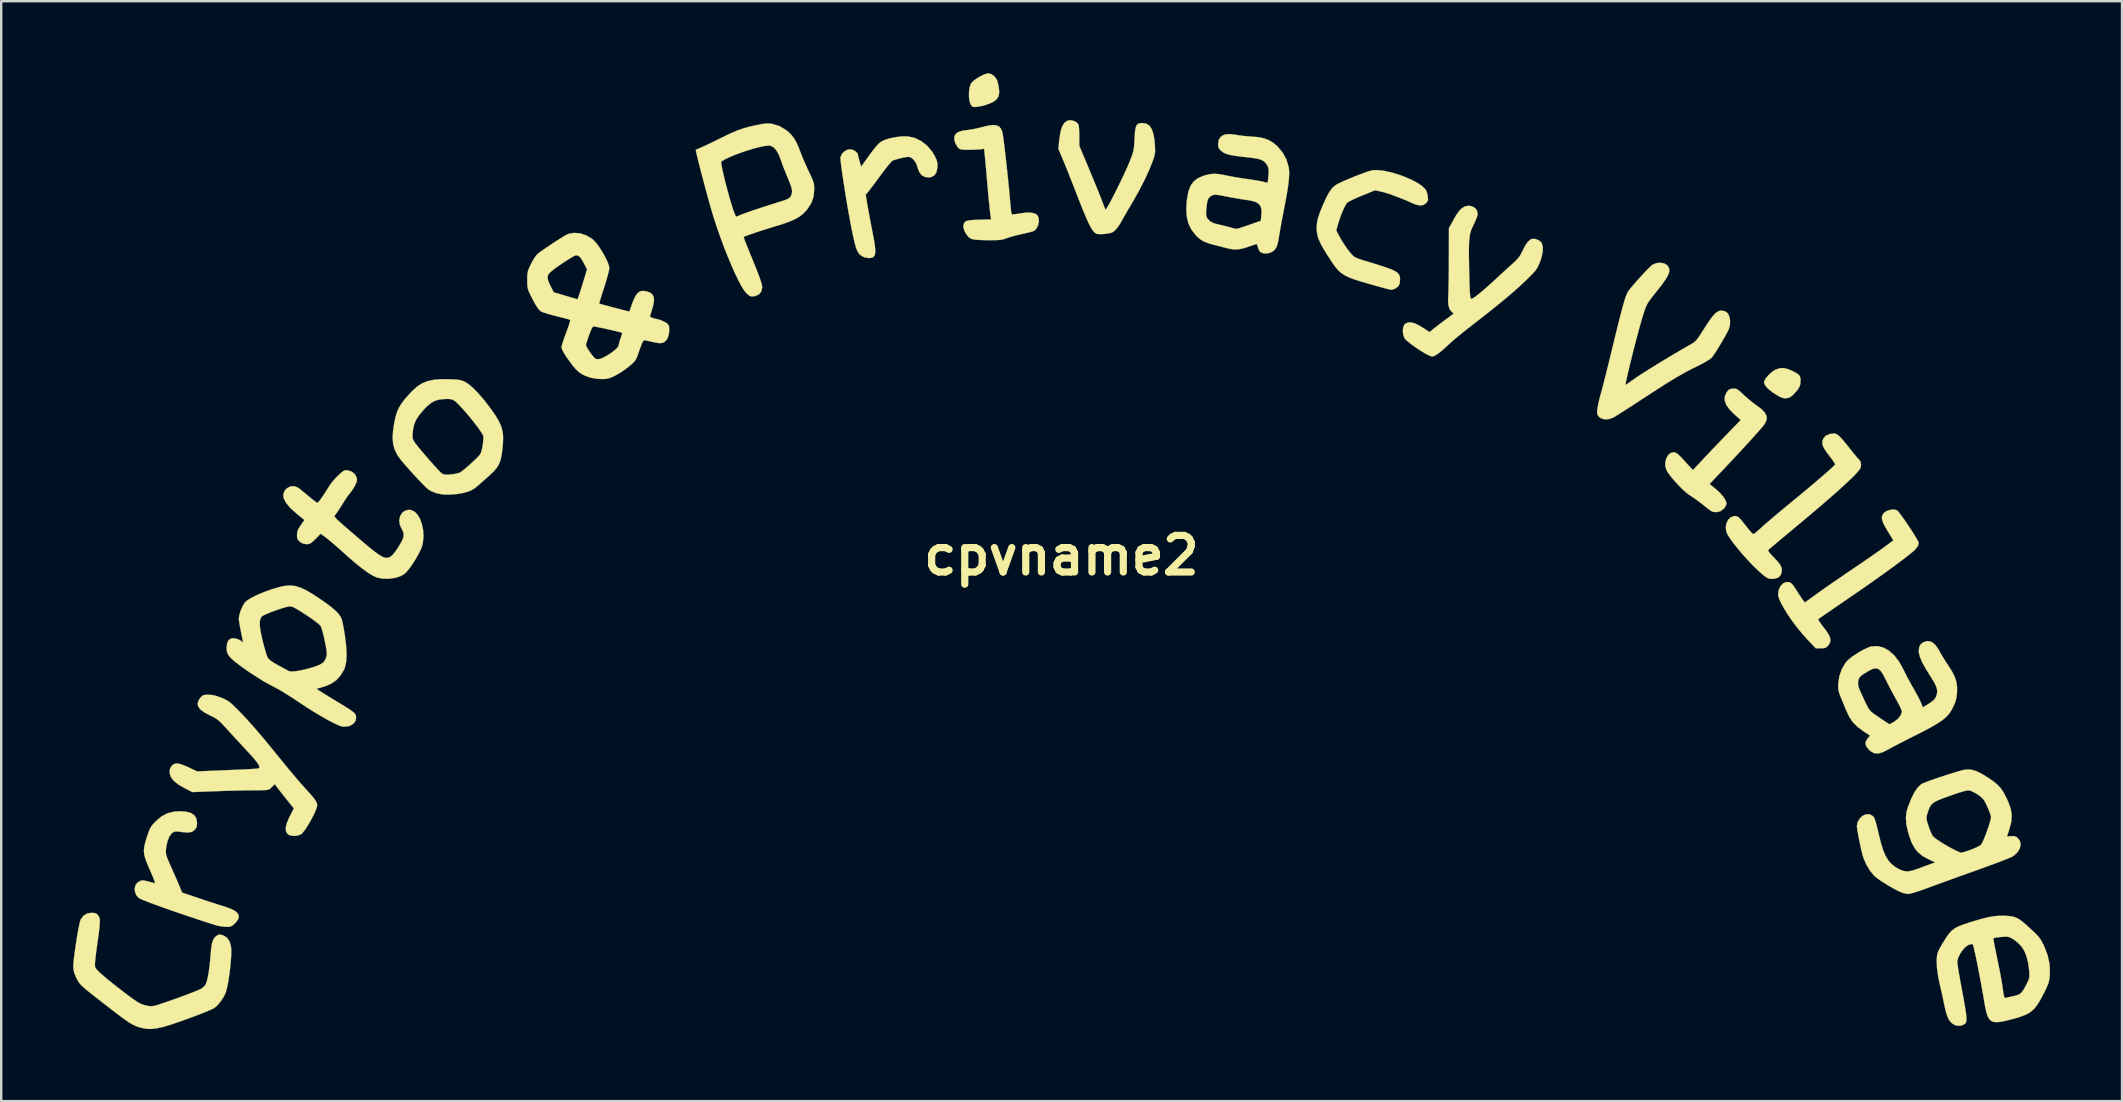
<source format=kicad_pcb>
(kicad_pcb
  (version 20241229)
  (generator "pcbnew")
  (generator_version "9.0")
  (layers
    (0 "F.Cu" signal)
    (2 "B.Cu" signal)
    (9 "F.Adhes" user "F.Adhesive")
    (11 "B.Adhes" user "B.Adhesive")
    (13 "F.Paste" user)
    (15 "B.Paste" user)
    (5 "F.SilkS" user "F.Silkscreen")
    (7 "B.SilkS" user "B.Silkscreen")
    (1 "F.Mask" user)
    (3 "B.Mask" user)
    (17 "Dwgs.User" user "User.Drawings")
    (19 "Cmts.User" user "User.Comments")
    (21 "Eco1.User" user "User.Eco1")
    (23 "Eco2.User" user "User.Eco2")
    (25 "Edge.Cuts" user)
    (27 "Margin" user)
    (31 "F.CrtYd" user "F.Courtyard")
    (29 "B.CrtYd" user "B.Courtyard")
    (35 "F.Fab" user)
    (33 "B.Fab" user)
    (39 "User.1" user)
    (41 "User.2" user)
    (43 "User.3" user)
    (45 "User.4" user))
  (footprint "cpvname2"
    (layer "F.Cu")
    (at 41.169 20.089)
    (property "Reference" "cpvname2" (at 0 0 0) (layer "F.SilkS") (effects (font (size 1.524 1.524) (thickness 0.3))))
    (attr through_hole)
    (fp_poly (pts (xy -2.918 -20.051) (xy -2.797 -19.963) (xy -2.702 -19.84) (xy -2.661 -19.741) (xy -2.606 -19.48) (xy -2.592 -19.277) (xy -2.624 -19.12) (xy -2.705 -18.997) (xy -2.84 -18.898) (xy -2.989 -18.827) (xy -3.162 -18.767) (xy -3.343 -18.718) (xy -3.483 -18.693) (xy -3.61 -18.681) (xy -3.685 -18.688) (xy -3.734 -18.721) (xy -3.776 -18.779) (xy -3.825 -18.903) (xy -3.85 -19.075) (xy -3.853 -19.268) (xy -3.833 -19.455) (xy -3.792 -19.61) (xy -3.77 -19.656) (xy -3.688 -19.749) (xy -3.555 -19.852) (xy -3.397 -19.951) (xy -3.235 -20.031) (xy -3.095 -20.077) (xy -3.041 -20.084) (xy -2.918 -20.051)) (stroke (width 0.01) (type solid)) (fill yes) (layer "F.SilkS"))
    (fp_poly (pts (xy 30.269 -7.762) (xy 30.419 -7.699) (xy 30.589 -7.615) (xy 30.698 -7.543) (xy 30.76 -7.469) (xy 30.787 -7.379) (xy 30.791 -7.275) (xy 30.78 -7.134) (xy 30.742 -7.018) (xy 30.664 -6.898) (xy 30.576 -6.795) (xy 30.467 -6.679) (xy 30.382 -6.609) (xy 30.301 -6.571) (xy 30.206 -6.55) (xy 30.115 -6.547) (xy 30.018 -6.571) (xy 29.891 -6.631) (xy 29.818 -6.672) (xy 29.615 -6.801) (xy 29.449 -6.935) (xy 29.332 -7.063) (xy 29.274 -7.175) (xy 29.269 -7.211) (xy 29.299 -7.305) (xy 29.379 -7.423) (xy 29.491 -7.546) (xy 29.62 -7.658) (xy 29.748 -7.738) (xy 29.757 -7.742) (xy 29.925 -7.799) (xy 30.088 -7.806) (xy 30.269 -7.762)) (stroke (width 0.01) (type solid)) (fill yes) (layer "F.SilkS"))
    (fp_poly (pts (xy 28.115 -6.937) (xy 28.183 -6.9) (xy 28.272 -6.827) (xy 28.398 -6.711) (xy 28.418 -6.692) (xy 28.574 -6.552) (xy 28.742 -6.412) (xy 28.895 -6.294) (xy 28.941 -6.262) (xy 29.157 -6.1) (xy 29.3 -5.951) (xy 29.374 -5.809) (xy 29.38 -5.667) (xy 29.321 -5.519) (xy 29.274 -5.447) (xy 29.203 -5.358) (xy 29.083 -5.218) (xy 28.92 -5.035) (xy 28.721 -4.815) (xy 28.491 -4.563) (xy 28.236 -4.287) (xy 27.962 -3.993) (xy 27.674 -3.687) (xy 27.562 -3.568) (xy 27 -2.975) (xy 27.243 -2.779) (xy 27.421 -2.618) (xy 27.564 -2.456) (xy 27.662 -2.306) (xy 27.705 -2.182) (xy 27.706 -2.164) (xy 27.68 -2.077) (xy 27.617 -1.975) (xy 27.597 -1.951) (xy 27.457 -1.846) (xy 27.295 -1.802) (xy 27.131 -1.821) (xy 27.022 -1.879) (xy 26.934 -1.947) (xy 26.811 -2.044) (xy 26.675 -2.152) (xy 26.65 -2.172) (xy 26.492 -2.292) (xy 26.319 -2.414) (xy 26.167 -2.513) (xy 26.164 -2.515) (xy 26.039 -2.607) (xy 25.885 -2.745) (xy 25.716 -2.914) (xy 25.548 -3.097) (xy 25.396 -3.277) (xy 25.276 -3.438) (xy 25.215 -3.536) (xy 25.161 -3.699) (xy 25.156 -3.871) (xy 25.194 -4.033) (xy 25.268 -4.17) (xy 25.372 -4.264) (xy 25.499 -4.298) (xy 25.558 -4.292) (xy 25.619 -4.264) (xy 25.693 -4.208) (xy 25.791 -4.113) (xy 25.926 -3.971) (xy 25.966 -3.926) (xy 26.308 -3.554) (xy 26.626 -3.897) (xy 26.746 -4.026) (xy 26.909 -4.197) (xy 27.1 -4.399) (xy 27.308 -4.616) (xy 27.52 -4.837) (xy 27.621 -4.941) (xy 28.298 -5.642) (xy 28.026 -5.887) (xy 27.821 -6.096) (xy 27.689 -6.288) (xy 27.629 -6.467) (xy 27.639 -6.638) (xy 27.717 -6.803) (xy 27.792 -6.894) (xy 27.879 -6.936) (xy 27.97 -6.948) (xy 28.049 -6.95) (xy 28.115 -6.937)) (stroke (width 0.01) (type solid)) (fill yes) (layer "F.SilkS"))
    (fp_poly (pts (xy 34.807 -1.881) (xy 34.855 -1.835) (xy 34.935 -1.735) (xy 35.038 -1.595) (xy 35.156 -1.427) (xy 35.281 -1.244) (xy 35.404 -1.057) (xy 35.517 -0.88) (xy 35.612 -0.725) (xy 35.68 -0.604) (xy 35.713 -0.531) (xy 35.715 -0.52) (xy 35.676 -0.388) (xy 35.562 -0.242) (xy 35.482 -0.168) (xy 35.302 -0.021) (xy 35.062 0.165) (xy 34.77 0.384) (xy 34.431 0.632) (xy 34.052 0.904) (xy 33.639 1.196) (xy 33.199 1.502) (xy 32.883 1.719) (xy 32.596 1.916) (xy 32.329 2.099) (xy 32.089 2.264) (xy 31.883 2.406) (xy 31.717 2.521) (xy 31.599 2.603) (xy 31.535 2.647) (xy 31.526 2.654) (xy 31.537 2.693) (xy 31.588 2.777) (xy 31.67 2.891) (xy 31.717 2.951) (xy 31.876 3.16) (xy 31.979 3.328) (xy 32.03 3.465) (xy 32.031 3.581) (xy 31.987 3.688) (xy 31.942 3.748) (xy 31.871 3.821) (xy 31.798 3.856) (xy 31.69 3.868) (xy 31.633 3.869) (xy 31.425 3.869) (xy 31.078 3.502) (xy 30.861 3.26) (xy 30.649 3.001) (xy 30.448 2.735) (xy 30.267 2.473) (xy 30.111 2.225) (xy 29.986 2) (xy 29.9 1.809) (xy 29.858 1.662) (xy 29.856 1.628) (xy 29.881 1.439) (xy 29.953 1.282) (xy 30.06 1.168) (xy 30.192 1.11) (xy 30.298 1.111) (xy 30.364 1.133) (xy 30.426 1.181) (xy 30.498 1.267) (xy 30.591 1.405) (xy 30.627 1.462) (xy 30.723 1.613) (xy 30.812 1.748) (xy 30.879 1.845) (xy 30.902 1.876) (xy 30.972 1.962) (xy 31.478 1.594) (xy 31.648 1.472) (xy 31.868 1.317) (xy 32.124 1.139) (xy 32.402 0.948) (xy 32.686 0.753) (xy 32.961 0.567) (xy 33.229 0.386) (xy 33.494 0.204) (xy 33.744 0.031) (xy 33.969 -0.125) (xy 34.154 -0.255) (xy 34.287 -0.352) (xy 34.298 -0.36) (xy 34.657 -0.628) (xy 34.417 -1.02) (xy 34.29 -1.238) (xy 34.211 -1.407) (xy 34.177 -1.539) (xy 34.187 -1.646) (xy 34.237 -1.738) (xy 34.278 -1.783) (xy 34.394 -1.858) (xy 34.545 -1.903) (xy 34.697 -1.91) (xy 34.807 -1.881)) (stroke (width 0.01) (type solid)) (fill yes) (layer "F.SilkS"))
    (fp_poly (pts (xy -6.397 -17.456) (xy -6.111 -17.392) (xy -5.839 -17.259) (xy -5.594 -17.066) (xy -5.387 -16.821) (xy -5.268 -16.619) (xy -5.202 -16.472) (xy -5.169 -16.357) (xy -5.162 -16.239) (xy -5.167 -16.153) (xy -5.209 -15.959) (xy -5.298 -15.828) (xy -5.432 -15.759) (xy -5.53 -15.748) (xy -5.696 -15.77) (xy -5.824 -15.842) (xy -5.922 -15.971) (xy -5.998 -16.167) (xy -6.018 -16.243) (xy -6.074 -16.374) (xy -6.163 -16.492) (xy -6.267 -16.576) (xy -6.363 -16.607) (xy -6.467 -16.596) (xy -6.61 -16.569) (xy -6.768 -16.531) (xy -6.913 -16.491) (xy -7.02 -16.453) (xy -7.051 -16.437) (xy -7.101 -16.388) (xy -7.188 -16.287) (xy -7.301 -16.147) (xy -7.431 -15.977) (xy -7.533 -15.84) (xy -7.673 -15.65) (xy -7.805 -15.473) (xy -7.92 -15.321) (xy -8.006 -15.208) (xy -8.042 -15.162) (xy -8.154 -15.025) (xy -8.083 -14.595) (xy -8.05 -14.408) (xy -8.006 -14.167) (xy -7.956 -13.899) (xy -7.903 -13.626) (xy -7.871 -13.464) (xy -7.81 -13.146) (xy -7.771 -12.896) (xy -7.755 -12.706) (xy -7.763 -12.568) (xy -7.795 -12.475) (xy -7.854 -12.419) (xy -7.94 -12.393) (xy -8.026 -12.387) (xy -8.222 -12.426) (xy -8.33 -12.484) (xy -8.402 -12.541) (xy -8.462 -12.613) (xy -8.515 -12.71) (xy -8.564 -12.843) (xy -8.614 -13.023) (xy -8.669 -13.262) (xy -8.712 -13.462) (xy -8.762 -13.713) (xy -8.816 -13.999) (xy -8.872 -14.309) (xy -8.929 -14.635) (xy -8.984 -14.965) (xy -9.036 -15.291) (xy -9.084 -15.602) (xy -9.127 -15.887) (xy -9.162 -16.138) (xy -9.187 -16.344) (xy -9.203 -16.495) (xy -9.206 -16.582) (xy -9.205 -16.591) (xy -9.143 -16.73) (xy -9.03 -16.843) (xy -8.889 -16.911) (xy -8.814 -16.92) (xy -8.695 -16.897) (xy -8.582 -16.837) (xy -8.502 -16.758) (xy -8.477 -16.693) (xy -8.465 -16.621) (xy -8.435 -16.504) (xy -8.408 -16.413) (xy -8.341 -16.199) (xy -7.998 -16.677) (xy -7.836 -16.895) (xy -7.706 -17.056) (xy -7.597 -17.168) (xy -7.502 -17.243) (xy -7.482 -17.255) (xy -7.322 -17.325) (xy -7.11 -17.385) (xy -6.873 -17.43) (xy -6.634 -17.456) (xy -6.422 -17.457) (xy -6.397 -17.456)) (stroke (width 0.01) (type solid)) (fill yes) (layer "F.SilkS"))
    (fp_poly (pts (xy 0.503 -18.107) (xy 0.626 -18.045) (xy 0.705 -17.958) (xy 0.717 -17.928) (xy 0.728 -17.851) (xy 0.736 -17.718) (xy 0.741 -17.552) (xy 0.742 -17.454) (xy 0.742 -17.07) (xy 1.147 -16.106) (xy 1.263 -15.827) (xy 1.377 -15.551) (xy 1.482 -15.293) (xy 1.573 -15.067) (xy 1.644 -14.888) (xy 1.681 -14.791) (xy 1.74 -14.635) (xy 1.791 -14.508) (xy 1.827 -14.426) (xy 1.838 -14.407) (xy 1.863 -14.429) (xy 1.916 -14.513) (xy 1.992 -14.647) (xy 2.086 -14.823) (xy 2.193 -15.029) (xy 2.307 -15.256) (xy 2.425 -15.494) (xy 2.54 -15.733) (xy 2.648 -15.962) (xy 2.743 -16.173) (xy 2.822 -16.355) (xy 2.853 -16.432) (xy 2.925 -16.619) (xy 2.974 -16.765) (xy 3.006 -16.896) (xy 3.026 -17.038) (xy 3.038 -17.216) (xy 3.045 -17.356) (xy 3.06 -17.599) (xy 3.082 -17.775) (xy 3.116 -17.894) (xy 3.169 -17.966) (xy 3.244 -18.003) (xy 3.347 -18.014) (xy 3.368 -18.014) (xy 3.532 -17.988) (xy 3.662 -17.905) (xy 3.762 -17.762) (xy 3.833 -17.554) (xy 3.878 -17.277) (xy 3.89 -17.133) (xy 3.9 -16.952) (xy 3.901 -16.819) (xy 3.886 -16.705) (xy 3.854 -16.583) (xy 3.799 -16.424) (xy 3.78 -16.373) (xy 3.64 -16.026) (xy 3.457 -15.634) (xy 3.241 -15.214) (xy 2.999 -14.782) (xy 2.912 -14.634) (xy 2.802 -14.45) (xy 2.702 -14.278) (xy 2.62 -14.136) (xy 2.567 -14.039) (xy 2.559 -14.024) (xy 2.441 -13.815) (xy 2.319 -13.641) (xy 2.202 -13.515) (xy 2.1 -13.449) (xy 2.095 -13.447) (xy 1.951 -13.414) (xy 1.787 -13.392) (xy 1.629 -13.384) (xy 1.505 -13.391) (xy 1.461 -13.402) (xy 1.402 -13.436) (xy 1.342 -13.492) (xy 1.278 -13.577) (xy 1.208 -13.696) (xy 1.127 -13.857) (xy 1.033 -14.065) (xy 0.923 -14.326) (xy 0.794 -14.646) (xy 0.643 -15.032) (xy 0.589 -15.171) (xy 0.483 -15.444) (xy 0.37 -15.729) (xy 0.26 -16.006) (xy 0.16 -16.252) (xy 0.079 -16.447) (xy 0.078 -16.451) (xy -0.128 -16.94) (xy -0.088 -17.334) (xy -0.043 -17.633) (xy 0.025 -17.859) (xy 0.118 -18.016) (xy 0.236 -18.105) (xy 0.363 -18.131) (xy 0.503 -18.107)) (stroke (width 0.01) (type solid)) (fill yes) (layer "F.SilkS"))
    (fp_poly (pts (xy -36.477 10.673) (xy -36.266 10.729) (xy -36.119 10.828) (xy -36.034 10.969) (xy -36.009 11.139) (xy -36.019 11.273) (xy -36.056 11.366) (xy -36.117 11.438) (xy -36.192 11.497) (xy -36.283 11.531) (xy -36.406 11.542) (xy -36.577 11.531) (xy -36.754 11.508) (xy -36.88 11.496) (xy -36.962 11.508) (xy -37.035 11.552) (xy -37.064 11.576) (xy -37.162 11.704) (xy -37.24 11.897) (xy -37.293 12.142) (xy -37.306 12.258) (xy -37.311 12.345) (xy -37.305 12.426) (xy -37.283 12.518) (xy -37.241 12.637) (xy -37.173 12.796) (xy -37.091 12.981) (xy -36.996 13.195) (xy -36.901 13.41) (xy -36.817 13.603) (xy -36.754 13.753) (xy -36.745 13.773) (xy -36.634 14.045) (xy -35.931 14.283) (xy -35.679 14.367) (xy -35.424 14.451) (xy -35.186 14.527) (xy -34.986 14.591) (xy -34.87 14.626) (xy -34.604 14.719) (xy -34.415 14.819) (xy -34.303 14.927) (xy -34.266 15.045) (xy -34.305 15.173) (xy -34.418 15.314) (xy -34.428 15.324) (xy -34.526 15.411) (xy -34.607 15.455) (xy -34.706 15.47) (xy -34.809 15.471) (xy -34.979 15.456) (xy -35.156 15.425) (xy -35.228 15.405) (xy -35.602 15.285) (xy -35.983 15.161) (xy -36.364 15.034) (xy -36.736 14.907) (xy -37.09 14.785) (xy -37.421 14.668) (xy -37.718 14.561) (xy -37.975 14.466) (xy -38.183 14.385) (xy -38.334 14.323) (xy -38.421 14.28) (xy -38.431 14.274) (xy -38.551 14.139) (xy -38.605 13.965) (xy -38.608 13.907) (xy -38.58 13.746) (xy -38.491 13.63) (xy -38.411 13.579) (xy -38.338 13.547) (xy -38.266 13.538) (xy -38.169 13.553) (xy -38.062 13.579) (xy -37.928 13.615) (xy -37.82 13.646) (xy -37.771 13.662) (xy -37.763 13.637) (xy -37.789 13.548) (xy -37.846 13.4) (xy -37.932 13.197) (xy -37.966 13.12) (xy -38.08 12.858) (xy -38.16 12.649) (xy -38.208 12.473) (xy -38.224 12.314) (xy -38.212 12.153) (xy -38.172 11.973) (xy -38.107 11.755) (xy -38.097 11.723) (xy -38.033 11.535) (xy -37.979 11.401) (xy -37.922 11.296) (xy -37.848 11.201) (xy -37.745 11.091) (xy -37.729 11.075) (xy -37.493 10.874) (xy -37.246 10.742) (xy -36.967 10.673) (xy -36.753 10.658) (xy -36.477 10.673)) (stroke (width 0.01) (type solid)) (fill yes) (layer "F.SilkS"))
    (fp_poly (pts (xy -2.697 -17.916) (xy -2.586 -17.858) (xy -2.508 -17.756) (xy -2.467 -17.655) (xy -2.451 -17.581) (xy -2.43 -17.439) (xy -2.403 -17.241) (xy -2.372 -16.996) (xy -2.339 -16.716) (xy -2.304 -16.411) (xy -2.269 -16.092) (xy -2.235 -15.769) (xy -2.203 -15.453) (xy -2.174 -15.154) (xy -2.15 -14.883) (xy -2.144 -14.81) (xy -2.126 -14.607) (xy -2.108 -14.432) (xy -2.091 -14.3) (xy -2.077 -14.225) (xy -2.073 -14.215) (xy -2.026 -14.208) (xy -1.922 -14.216) (xy -1.782 -14.238) (xy -1.737 -14.246) (xy -1.465 -14.282) (xy -1.245 -14.277) (xy -1.082 -14.231) (xy -1.013 -14.182) (xy -0.953 -14.071) (xy -0.938 -13.924) (xy -0.968 -13.767) (xy -1.026 -13.65) (xy -1.063 -13.595) (xy -1.098 -13.554) (xy -1.142 -13.523) (xy -1.21 -13.496) (xy -1.316 -13.467) (xy -1.472 -13.431) (xy -1.661 -13.389) (xy -1.86 -13.341) (xy -2.055 -13.289) (xy -2.218 -13.239) (xy -2.297 -13.211) (xy -2.393 -13.178) (xy -2.492 -13.155) (xy -2.611 -13.141) (xy -2.769 -13.134) (xy -2.982 -13.133) (xy -3.059 -13.133) (xy -3.314 -13.138) (xy -3.525 -13.15) (xy -3.68 -13.168) (xy -3.751 -13.185) (xy -3.858 -13.255) (xy -3.959 -13.374) (xy -4.039 -13.516) (xy -4.083 -13.656) (xy -4.083 -13.754) (xy -4.057 -13.836) (xy -4.017 -13.895) (xy -3.952 -13.935) (xy -3.847 -13.959) (xy -3.691 -13.974) (xy -3.472 -13.983) (xy -3.435 -13.984) (xy -2.926 -13.998) (xy -2.946 -14.101) (xy -2.962 -14.206) (xy -2.982 -14.384) (xy -3.008 -14.627) (xy -3.037 -14.931) (xy -3.07 -15.289) (xy -3.105 -15.695) (xy -3.109 -15.748) (xy -3.131 -15.997) (xy -3.152 -16.236) (xy -3.172 -16.448) (xy -3.188 -16.615) (xy -3.197 -16.705) (xy -3.224 -16.94) (xy -3.361 -16.92) (xy -3.462 -16.912) (xy -3.614 -16.905) (xy -3.791 -16.901) (xy -3.862 -16.901) (xy -4.035 -16.902) (xy -4.147 -16.909) (xy -4.22 -16.925) (xy -4.27 -16.956) (xy -4.318 -17.006) (xy -4.32 -17.008) (xy -4.414 -17.156) (xy -4.462 -17.314) (xy -4.458 -17.457) (xy -4.445 -17.493) (xy -4.377 -17.587) (xy -4.265 -17.653) (xy -4.097 -17.698) (xy -3.927 -17.72) (xy -3.755 -17.745) (xy -3.548 -17.785) (xy -3.347 -17.833) (xy -3.314 -17.842) (xy -3.051 -17.905) (xy -2.849 -17.931) (xy -2.697 -17.916)) (stroke (width 0.01) (type solid)) (fill yes) (layer "F.SilkS"))
    (fp_poly (pts (xy 32.241 -5.072) (xy 32.307 -5.043) (xy 32.384 -4.985) (xy 32.478 -4.891) (xy 32.598 -4.754) (xy 32.751 -4.567) (xy 32.875 -4.41) (xy 32.993 -4.262) (xy 33.096 -4.137) (xy 33.174 -4.047) (xy 33.215 -4.006) (xy 33.216 -4.005) (xy 33.281 -3.924) (xy 33.311 -3.802) (xy 33.298 -3.669) (xy 33.294 -3.656) (xy 33.241 -3.566) (xy 33.126 -3.431) (xy 32.948 -3.248) (xy 32.707 -3.019) (xy 32.405 -2.743) (xy 32.04 -2.42) (xy 31.613 -2.052) (xy 31.123 -1.636) (xy 30.597 -1.196) (xy 30.347 -0.987) (xy 30.114 -0.793) (xy 29.906 -0.619) (xy 29.73 -0.471) (xy 29.592 -0.356) (xy 29.502 -0.279) (xy 29.465 -0.248) (xy 29.444 -0.215) (xy 29.454 -0.172) (xy 29.502 -0.105) (xy 29.596 -0.002) (xy 29.645 0.049) (xy 29.799 0.212) (xy 29.904 0.336) (xy 29.968 0.436) (xy 30.001 0.525) (xy 30.011 0.618) (xy 30.011 0.628) (xy 29.979 0.79) (xy 29.887 0.904) (xy 29.74 0.966) (xy 29.624 0.977) (xy 29.516 0.972) (xy 29.43 0.949) (xy 29.34 0.897) (xy 29.222 0.804) (xy 29.202 0.788) (xy 29.014 0.621) (xy 28.81 0.422) (xy 28.6 0.202) (xy 28.392 -0.029) (xy 28.196 -0.26) (xy 28.02 -0.48) (xy 27.873 -0.679) (xy 27.765 -0.847) (xy 27.703 -0.973) (xy 27.7 -0.983) (xy 27.674 -1.164) (xy 27.702 -1.336) (xy 27.774 -1.483) (xy 27.882 -1.589) (xy 28.018 -1.639) (xy 28.051 -1.641) (xy 28.113 -1.637) (xy 28.167 -1.618) (xy 28.225 -1.576) (xy 28.298 -1.499) (xy 28.398 -1.378) (xy 28.501 -1.247) (xy 28.629 -1.085) (xy 28.719 -0.978) (xy 28.781 -0.916) (xy 28.824 -0.893) (xy 28.857 -0.898) (xy 28.872 -0.908) (xy 28.925 -0.954) (xy 29.023 -1.04) (xy 29.152 -1.154) (xy 29.298 -1.284) (xy 29.308 -1.293) (xy 29.44 -1.408) (xy 29.621 -1.563) (xy 29.836 -1.745) (xy 30.074 -1.944) (xy 30.322 -2.149) (xy 30.537 -2.326) (xy 30.835 -2.571) (xy 31.12 -2.808) (xy 31.385 -3.032) (xy 31.626 -3.237) (xy 31.834 -3.418) (xy 32.005 -3.57) (xy 32.133 -3.687) (xy 32.21 -3.764) (xy 32.231 -3.791) (xy 32.214 -3.836) (xy 32.159 -3.924) (xy 32.076 -4.038) (xy 32.05 -4.071) (xy 31.893 -4.279) (xy 31.784 -4.441) (xy 31.72 -4.57) (xy 31.695 -4.677) (xy 31.706 -4.776) (xy 31.747 -4.878) (xy 31.749 -4.882) (xy 31.845 -4.988) (xy 31.996 -5.056) (xy 32.178 -5.08) (xy 32.241 -5.072)) (stroke (width 0.01) (type solid)) (fill yes) (layer "F.SilkS"))
    (fp_poly (pts (xy 13.446 -16.021) (xy 13.727 -15.96) (xy 14.019 -15.874) (xy 14.308 -15.77) (xy 14.58 -15.651) (xy 14.821 -15.524) (xy 15.017 -15.393) (xy 15.152 -15.265) (xy 15.179 -15.228) (xy 15.218 -15.137) (xy 15.252 -15.009) (xy 15.261 -14.959) (xy 15.272 -14.84) (xy 15.257 -14.763) (xy 15.205 -14.694) (xy 15.187 -14.676) (xy 15.071 -14.598) (xy 14.93 -14.58) (xy 14.753 -14.62) (xy 14.615 -14.678) (xy 14.393 -14.777) (xy 14.146 -14.878) (xy 13.895 -14.974) (xy 13.658 -15.059) (xy 13.454 -15.124) (xy 13.301 -15.163) (xy 13.3 -15.163) (xy 13.059 -15.21) (xy 12.519 -14.99) (xy 12.322 -14.907) (xy 12.147 -14.828) (xy 12.009 -14.76) (xy 11.922 -14.71) (xy 11.905 -14.697) (xy 11.842 -14.608) (xy 11.766 -14.462) (xy 11.685 -14.275) (xy 11.606 -14.067) (xy 11.537 -13.853) (xy 11.526 -13.814) (xy 11.449 -13.54) (xy 11.55 -13.345) (xy 11.664 -13.14) (xy 11.792 -12.937) (xy 11.923 -12.748) (xy 12.047 -12.59) (xy 12.153 -12.477) (xy 12.209 -12.433) (xy 12.313 -12.384) (xy 12.463 -12.328) (xy 12.628 -12.275) (xy 12.649 -12.27) (xy 12.811 -12.223) (xy 13.019 -12.159) (xy 13.245 -12.089) (xy 13.432 -12.028) (xy 13.678 -11.942) (xy 13.858 -11.866) (xy 13.981 -11.792) (xy 14.057 -11.712) (xy 14.096 -11.619) (xy 14.107 -11.505) (xy 14.107 -11.5) (xy 14.09 -11.329) (xy 14.034 -11.211) (xy 13.928 -11.131) (xy 13.89 -11.114) (xy 13.801 -11.079) (xy 13.75 -11.064) (xy 13.747 -11.064) (xy 13.704 -11.075) (xy 13.642 -11.087) (xy 13.576 -11.103) (xy 13.449 -11.137) (xy 13.273 -11.185) (xy 13.062 -11.244) (xy 12.83 -11.309) (xy 12.816 -11.313) (xy 12.48 -11.411) (xy 12.208 -11.497) (xy 11.99 -11.579) (xy 11.815 -11.663) (xy 11.67 -11.756) (xy 11.546 -11.864) (xy 11.431 -11.995) (xy 11.313 -12.156) (xy 11.226 -12.286) (xy 11.042 -12.571) (xy 10.9 -12.805) (xy 10.795 -12.999) (xy 10.721 -13.164) (xy 10.673 -13.311) (xy 10.646 -13.451) (xy 10.638 -13.539) (xy 10.634 -13.713) (xy 10.651 -13.882) (xy 10.692 -14.062) (xy 10.761 -14.271) (xy 10.862 -14.522) (xy 10.924 -14.667) (xy 11.045 -14.927) (xy 11.152 -15.125) (xy 11.253 -15.271) (xy 11.357 -15.378) (xy 11.466 -15.454) (xy 11.596 -15.521) (xy 11.773 -15.603) (xy 11.982 -15.692) (xy 12.205 -15.784) (xy 12.428 -15.871) (xy 12.635 -15.947) (xy 12.809 -16.006) (xy 12.936 -16.041) (xy 12.973 -16.048) (xy 13.19 -16.052) (xy 13.446 -16.021)) (stroke (width 0.01) (type solid)) (fill yes) (layer "F.SilkS"))
    (fp_poly (pts (xy -35.363 5.816) (xy -35.181 5.861) (xy -34.992 5.931) (xy -34.864 5.986) (xy -34.758 6.041) (xy -34.66 6.107) (xy -34.554 6.196) (xy -34.425 6.32) (xy -34.268 6.478) (xy -34.085 6.667) (xy -33.904 6.861) (xy -33.717 7.069) (xy -33.518 7.298) (xy -33.298 7.556) (xy -33.051 7.853) (xy -32.77 8.197) (xy -32.506 8.522) (xy -32.311 8.761) (xy -32.112 9.001) (xy -31.92 9.229) (xy -31.748 9.431) (xy -31.605 9.594) (xy -31.532 9.675) (xy -31.341 9.884) (xy -31.199 10.048) (xy -31.1 10.174) (xy -31.04 10.273) (xy -31.01 10.353) (xy -31.006 10.422) (xy -31.011 10.451) (xy -31.054 10.587) (xy -31.128 10.758) (xy -31.223 10.948) (xy -31.331 11.141) (xy -31.442 11.322) (xy -31.547 11.474) (xy -31.637 11.582) (xy -31.691 11.625) (xy -31.834 11.672) (xy -31.993 11.684) (xy -32.138 11.661) (xy -32.238 11.606) (xy -32.304 11.494) (xy -32.314 11.342) (xy -32.268 11.147) (xy -32.164 10.904) (xy -32.145 10.867) (xy -31.978 10.539) (xy -32.294 10.144) (xy -32.422 9.984) (xy -32.538 9.836) (xy -32.632 9.716) (xy -32.689 9.64) (xy -32.691 9.638) (xy -32.771 9.526) (xy -32.893 9.648) (xy -32.938 9.693) (xy -32.977 9.727) (xy -33.022 9.751) (xy -33.084 9.767) (xy -33.176 9.776) (xy -33.309 9.781) (xy -33.495 9.783) (xy -33.747 9.785) (xy -33.782 9.785) (xy -34.018 9.788) (xy -34.309 9.794) (xy -34.63 9.802) (xy -34.958 9.812) (xy -35.269 9.823) (xy -35.306 9.824) (xy -36.205 9.859) (xy -36.517 9.701) (xy -36.788 9.544) (xy -36.983 9.387) (xy -37.104 9.224) (xy -37.154 9.055) (xy -37.144 8.914) (xy -37.078 8.773) (xy -36.963 8.686) (xy -36.833 8.663) (xy -36.741 8.682) (xy -36.602 8.728) (xy -36.441 8.794) (xy -36.356 8.832) (xy -36.009 8.998) (xy -35.326 8.969) (xy -34.892 8.951) (xy -34.529 8.936) (xy -34.232 8.923) (xy -33.993 8.912) (xy -33.807 8.902) (xy -33.667 8.894) (xy -33.566 8.887) (xy -33.498 8.88) (xy -33.456 8.873) (xy -33.434 8.866) (xy -33.429 8.863) (xy -33.411 8.819) (xy -33.428 8.753) (xy -33.484 8.659) (xy -33.582 8.529) (xy -33.728 8.359) (xy -33.926 8.142) (xy -33.975 8.089) (xy -34.166 7.884) (xy -34.364 7.669) (xy -34.555 7.462) (xy -34.721 7.281) (xy -34.826 7.166) (xy -34.974 7.007) (xy -35.091 6.893) (xy -35.197 6.81) (xy -35.312 6.74) (xy -35.455 6.671) (xy -35.473 6.662) (xy -35.715 6.535) (xy -35.879 6.409) (xy -35.968 6.28) (xy -35.984 6.146) (xy -35.926 6.005) (xy -35.877 5.938) (xy -35.806 5.861) (xy -35.74 5.821) (xy -35.649 5.805) (xy -35.535 5.803) (xy -35.363 5.816)) (stroke (width 0.01) (type solid)) (fill yes) (layer "F.SilkS"))
    (fp_poly (pts (xy 17.11 -14.543) (xy 17.233 -14.469) (xy 17.315 -14.359) (xy 17.34 -14.222) (xy 17.337 -14.194) (xy 17.309 -14.1) (xy 17.255 -13.962) (xy 17.184 -13.807) (xy 17.163 -13.764) (xy 17.109 -13.653) (xy 17.066 -13.546) (xy 17.032 -13.433) (xy 17.007 -13.305) (xy 16.989 -13.153) (xy 16.979 -12.967) (xy 16.974 -12.74) (xy 16.975 -12.46) (xy 16.98 -12.119) (xy 16.987 -11.774) (xy 16.995 -11.449) (xy 17.003 -11.195) (xy 17.011 -11.003) (xy 17.021 -10.864) (xy 17.032 -10.772) (xy 17.046 -10.717) (xy 17.062 -10.692) (xy 17.068 -10.689) (xy 17.125 -10.705) (xy 17.232 -10.773) (xy 17.387 -10.891) (xy 17.583 -11.055) (xy 17.819 -11.262) (xy 18.089 -11.509) (xy 18.113 -11.532) (xy 18.29 -11.695) (xy 18.484 -11.873) (xy 18.669 -12.04) (xy 18.773 -12.133) (xy 18.932 -12.281) (xy 19.045 -12.405) (xy 19.127 -12.526) (xy 19.195 -12.661) (xy 19.314 -12.896) (xy 19.426 -13.06) (xy 19.536 -13.157) (xy 19.613 -13.188) (xy 19.751 -13.184) (xy 19.89 -13.127) (xy 19.994 -13.033) (xy 20.009 -13.009) (xy 20.053 -12.856) (xy 20.049 -12.655) (xy 20.002 -12.42) (xy 19.93 -12.211) (xy 19.878 -12.089) (xy 19.827 -11.988) (xy 19.766 -11.895) (xy 19.683 -11.795) (xy 19.569 -11.675) (xy 19.412 -11.52) (xy 19.348 -11.457) (xy 19.033 -11.163) (xy 18.656 -10.833) (xy 18.215 -10.467) (xy 17.711 -10.063) (xy 17.233 -9.691) (xy 16.901 -9.433) (xy 16.621 -9.209) (xy 16.377 -9.006) (xy 16.158 -8.814) (xy 15.963 -8.634) (xy 15.804 -8.495) (xy 15.656 -8.384) (xy 15.533 -8.311) (xy 15.449 -8.286) (xy 15.447 -8.286) (xy 15.393 -8.301) (xy 15.302 -8.337) (xy 15.289 -8.342) (xy 15.163 -8.407) (xy 15.005 -8.501) (xy 14.833 -8.614) (xy 14.661 -8.734) (xy 14.506 -8.85) (xy 14.383 -8.952) (xy 14.308 -9.028) (xy 14.299 -9.04) (xy 14.243 -9.18) (xy 14.222 -9.339) (xy 14.235 -9.491) (xy 14.282 -9.609) (xy 14.306 -9.636) (xy 14.426 -9.703) (xy 14.576 -9.708) (xy 14.759 -9.652) (xy 14.982 -9.533) (xy 15.027 -9.504) (xy 15.336 -9.305) (xy 15.493 -9.434) (xy 15.593 -9.513) (xy 15.734 -9.622) (xy 15.893 -9.742) (xy 15.982 -9.809) (xy 16.121 -9.911) (xy 16.234 -9.996) (xy 16.309 -10.052) (xy 16.332 -10.07) (xy 16.317 -10.099) (xy 16.266 -10.141) (xy 16.172 -10.255) (xy 16.119 -10.435) (xy 16.108 -10.681) (xy 16.114 -10.782) (xy 16.12 -10.894) (xy 16.125 -11.073) (xy 16.13 -11.305) (xy 16.135 -11.579) (xy 16.138 -11.883) (xy 16.14 -12.203) (xy 16.14 -12.355) (xy 16.143 -13.632) (xy 16.318 -13.956) (xy 16.45 -14.185) (xy 16.567 -14.35) (xy 16.679 -14.462) (xy 16.795 -14.533) (xy 16.807 -14.538) (xy 16.963 -14.57) (xy 17.11 -14.543)) (stroke (width 0.01) (type solid)) (fill yes) (layer "F.SilkS"))
    (fp_poly (pts (xy -25.492 -7.339) (xy -25.284 -7.33) (xy -25.134 -7.318) (xy -25.022 -7.298) (xy -24.927 -7.266) (xy -24.831 -7.221) (xy -24.83 -7.22) (xy -24.672 -7.115) (xy -24.485 -6.949) (xy -24.275 -6.732) (xy -24.051 -6.471) (xy -23.821 -6.175) (xy -23.777 -6.114) (xy -23.585 -5.84) (xy -23.442 -5.604) (xy -23.344 -5.391) (xy -23.285 -5.181) (xy -23.26 -4.959) (xy -23.264 -4.708) (xy -23.285 -4.466) (xy -23.32 -4.193) (xy -23.366 -3.979) (xy -23.432 -3.804) (xy -23.525 -3.65) (xy -23.657 -3.498) (xy -23.828 -3.335) (xy -24.041 -3.144) (xy -24.206 -2.998) (xy -24.332 -2.89) (xy -24.431 -2.812) (xy -24.512 -2.756) (xy -24.585 -2.715) (xy -24.659 -2.683) (xy -24.719 -2.659) (xy -24.935 -2.599) (xy -25.195 -2.556) (xy -25.47 -2.535) (xy -25.726 -2.538) (xy -25.791 -2.544) (xy -26.046 -2.596) (xy -26.271 -2.686) (xy -26.391 -2.764) (xy -26.468 -2.833) (xy -26.584 -2.949) (xy -26.729 -3.099) (xy -26.891 -3.272) (xy -27.06 -3.454) (xy -27.222 -3.635) (xy -27.368 -3.801) (xy -27.486 -3.941) (xy -27.516 -3.977) (xy -27.672 -4.198) (xy -27.78 -4.417) (xy -27.842 -4.648) (xy -27.862 -4.906) (xy -27.856 -5.005) (xy -27.033 -5.005) (xy -27.031 -4.902) (xy -27.01 -4.825) (xy -26.966 -4.745) (xy -26.937 -4.702) (xy -26.868 -4.609) (xy -26.761 -4.476) (xy -26.626 -4.315) (xy -26.475 -4.137) (xy -26.318 -3.956) (xy -26.165 -3.783) (xy -26.028 -3.632) (xy -25.917 -3.513) (xy -25.842 -3.44) (xy -25.831 -3.431) (xy -25.767 -3.389) (xy -25.692 -3.368) (xy -25.583 -3.365) (xy -25.453 -3.372) (xy -25.295 -3.391) (xy -25.152 -3.421) (xy -25.059 -3.453) (xy -24.976 -3.508) (xy -24.857 -3.603) (xy -24.715 -3.724) (xy -24.567 -3.858) (xy -24.426 -3.991) (xy -24.307 -4.11) (xy -24.225 -4.202) (xy -24.2 -4.238) (xy -24.163 -4.339) (xy -24.128 -4.487) (xy -24.1 -4.653) (xy -24.083 -4.811) (xy -24.08 -4.934) (xy -24.085 -4.974) (xy -24.126 -5.061) (xy -24.21 -5.193) (xy -24.329 -5.358) (xy -24.472 -5.545) (xy -24.63 -5.742) (xy -24.793 -5.936) (xy -24.952 -6.117) (xy -25.098 -6.273) (xy -25.219 -6.391) (xy -25.301 -6.456) (xy -25.382 -6.496) (xy -25.477 -6.516) (xy -25.611 -6.519) (xy -25.713 -6.515) (xy -25.928 -6.492) (xy -26.106 -6.44) (xy -26.267 -6.349) (xy -26.433 -6.209) (xy -26.554 -6.084) (xy -26.743 -5.865) (xy -26.875 -5.668) (xy -26.961 -5.473) (xy -27.009 -5.263) (xy -27.021 -5.158) (xy -27.033 -5.005) (xy -27.856 -5.005) (xy -27.843 -5.208) (xy -27.802 -5.478) (xy -27.75 -5.735) (xy -27.688 -5.951) (xy -27.604 -6.144) (xy -27.492 -6.33) (xy -27.341 -6.526) (xy -27.143 -6.748) (xy -27.05 -6.845) (xy -26.854 -7.025) (xy -26.649 -7.161) (xy -26.421 -7.256) (xy -26.158 -7.315) (xy -25.846 -7.341) (xy -25.492 -7.339)) (stroke (width 0.01) (type solid)) (fill yes) (layer "F.SilkS"))
    (fp_poly (pts (xy -40.277 14.896) (xy -40.197 14.929) (xy -40.135 14.991) (xy -40.102 15.039) (xy -40.078 15.094) (xy -40.064 15.164) (xy -40.06 15.26) (xy -40.067 15.39) (xy -40.084 15.565) (xy -40.112 15.794) (xy -40.152 16.086) (xy -40.172 16.233) (xy -40.212 16.519) (xy -40.239 16.738) (xy -40.257 16.9) (xy -40.264 17.017) (xy -40.262 17.099) (xy -40.252 17.155) (xy -40.241 17.184) (xy -40.183 17.26) (xy -40.065 17.377) (xy -39.891 17.531) (xy -39.663 17.721) (xy -39.386 17.942) (xy -39.063 18.191) (xy -39.018 18.226) (xy -38.796 18.393) (xy -38.621 18.519) (xy -38.483 18.61) (xy -38.367 18.673) (xy -38.262 18.716) (xy -38.156 18.745) (xy -38.085 18.759) (xy -37.994 18.774) (xy -37.915 18.779) (xy -37.832 18.771) (xy -37.727 18.748) (xy -37.586 18.705) (xy -37.392 18.64) (xy -37.327 18.617) (xy -36.997 18.502) (xy -36.688 18.392) (xy -36.411 18.289) (xy -36.174 18.197) (xy -35.987 18.12) (xy -35.858 18.062) (xy -35.812 18.037) (xy -35.717 17.955) (xy -35.657 17.883) (xy -35.613 17.778) (xy -35.569 17.607) (xy -35.527 17.38) (xy -35.49 17.107) (xy -35.458 16.801) (xy -35.446 16.641) (xy -35.422 16.38) (xy -35.392 16.185) (xy -35.35 16.041) (xy -35.292 15.938) (xy -35.216 15.861) (xy -35.184 15.839) (xy -35.111 15.8) (xy -35.042 15.794) (xy -34.941 15.822) (xy -34.921 15.829) (xy -34.767 15.921) (xy -34.658 16.075) (xy -34.597 16.286) (xy -34.583 16.475) (xy -34.59 16.706) (xy -34.609 16.969) (xy -34.638 17.247) (xy -34.675 17.525) (xy -34.716 17.784) (xy -34.761 18.008) (xy -34.806 18.181) (xy -34.829 18.246) (xy -34.918 18.417) (xy -35.034 18.589) (xy -35.159 18.738) (xy -35.274 18.84) (xy -35.277 18.843) (xy -35.375 18.895) (xy -35.537 18.967) (xy -35.753 19.056) (xy -36.012 19.157) (xy -36.304 19.266) (xy -36.62 19.38) (xy -36.948 19.494) (xy -37.084 19.54) (xy -37.429 19.645) (xy -37.723 19.707) (xy -37.979 19.728) (xy -38.213 19.709) (xy -38.436 19.65) (xy -38.456 19.643) (xy -38.554 19.606) (xy -38.647 19.565) (xy -38.742 19.515) (xy -38.848 19.451) (xy -38.974 19.366) (xy -39.128 19.255) (xy -39.319 19.112) (xy -39.554 18.932) (xy -39.819 18.726) (xy -40.105 18.504) (xy -40.336 18.324) (xy -40.519 18.179) (xy -40.66 18.062) (xy -40.768 17.967) (xy -40.848 17.888) (xy -40.908 17.819) (xy -40.955 17.752) (xy -40.995 17.682) (xy -41.035 17.601) (xy -41.038 17.596) (xy -41.112 17.429) (xy -41.151 17.291) (xy -41.164 17.146) (xy -41.164 17.098) (xy -41.157 16.968) (xy -41.139 16.787) (xy -41.111 16.567) (xy -41.077 16.324) (xy -41.039 16.072) (xy -40.999 15.825) (xy -40.958 15.597) (xy -40.92 15.403) (xy -40.887 15.256) (xy -40.86 15.172) (xy -40.858 15.168) (xy -40.74 15.008) (xy -40.585 14.915) (xy -40.403 14.888) (xy -40.277 14.896)) (stroke (width 0.01) (type solid)) (fill yes) (layer "F.SilkS"))
    (fp_poly (pts (xy 25.116 -12.164) (xy 25.226 -12.096) (xy 25.293 -12.011) (xy 25.325 -11.919) (xy 25.319 -11.811) (xy 25.272 -11.681) (xy 25.181 -11.519) (xy 25.043 -11.32) (xy 24.854 -11.075) (xy 24.778 -10.981) (xy 24.63 -10.796) (xy 24.522 -10.655) (xy 24.442 -10.539) (xy 24.382 -10.431) (xy 24.331 -10.312) (xy 24.28 -10.166) (xy 24.226 -9.998) (xy 24.174 -9.828) (xy 24.113 -9.615) (xy 24.045 -9.368) (xy 23.973 -9.096) (xy 23.897 -8.809) (xy 23.822 -8.517) (xy 23.75 -8.228) (xy 23.682 -7.953) (xy 23.622 -7.7) (xy 23.571 -7.48) (xy 23.532 -7.302) (xy 23.507 -7.176) (xy 23.499 -7.11) (xy 23.502 -7.103) (xy 23.549 -7.134) (xy 23.646 -7.201) (xy 23.777 -7.292) (xy 23.915 -7.389) (xy 24.066 -7.491) (xy 24.271 -7.623) (xy 24.52 -7.78) (xy 24.798 -7.952) (xy 25.093 -8.132) (xy 25.394 -8.312) (xy 25.686 -8.486) (xy 25.957 -8.644) (xy 26.144 -8.75) (xy 26.26 -8.817) (xy 26.349 -8.875) (xy 26.423 -8.94) (xy 26.495 -9.023) (xy 26.577 -9.139) (xy 26.682 -9.301) (xy 26.75 -9.408) (xy 26.918 -9.668) (xy 27.055 -9.866) (xy 27.17 -10.011) (xy 27.268 -10.109) (xy 27.356 -10.168) (xy 27.443 -10.195) (xy 27.499 -10.199) (xy 27.656 -10.169) (xy 27.766 -10.079) (xy 27.833 -9.925) (xy 27.853 -9.795) (xy 27.851 -9.607) (xy 27.804 -9.437) (xy 27.789 -9.402) (xy 27.729 -9.28) (xy 27.64 -9.116) (xy 27.531 -8.927) (xy 27.413 -8.731) (xy 27.298 -8.544) (xy 27.195 -8.386) (xy 27.116 -8.273) (xy 27.096 -8.247) (xy 27.015 -8.179) (xy 26.874 -8.089) (xy 26.683 -7.983) (xy 26.504 -7.893) (xy 26.283 -7.784) (xy 26.065 -7.671) (xy 25.841 -7.547) (xy 25.602 -7.409) (xy 25.339 -7.25) (xy 25.043 -7.064) (xy 24.704 -6.847) (xy 24.314 -6.594) (xy 24.15 -6.486) (xy 23.893 -6.318) (xy 23.65 -6.161) (xy 23.431 -6.02) (xy 23.246 -5.902) (xy 23.103 -5.812) (xy 23.013 -5.758) (xy 22.997 -5.749) (xy 22.81 -5.68) (xy 22.63 -5.668) (xy 22.476 -5.713) (xy 22.405 -5.766) (xy 22.346 -5.836) (xy 22.32 -5.912) (xy 22.319 -6.023) (xy 22.322 -6.068) (xy 22.34 -6.184) (xy 22.374 -6.353) (xy 22.422 -6.553) (xy 22.477 -6.762) (xy 22.482 -6.78) (xy 22.526 -6.941) (xy 22.585 -7.165) (xy 22.655 -7.439) (xy 22.733 -7.749) (xy 22.815 -8.082) (xy 22.899 -8.425) (xy 22.955 -8.656) (xy 23.072 -9.141) (xy 23.174 -9.556) (xy 23.262 -9.906) (xy 23.338 -10.197) (xy 23.403 -10.434) (xy 23.458 -10.624) (xy 23.506 -10.771) (xy 23.548 -10.882) (xy 23.586 -10.962) (xy 23.614 -11.007) (xy 23.699 -11.117) (xy 23.818 -11.26) (xy 23.959 -11.423) (xy 24.112 -11.592) (xy 24.264 -11.757) (xy 24.405 -11.905) (xy 24.524 -12.023) (xy 24.608 -12.099) (xy 24.632 -12.116) (xy 24.789 -12.179) (xy 24.959 -12.194) (xy 25.116 -12.164)) (stroke (width 0.01) (type solid)) (fill yes) (layer "F.SilkS"))
    (fp_poly (pts (xy -29.721 -3.543) (xy -29.561 -3.488) (xy -29.435 -3.382) (xy -29.36 -3.242) (xy -29.347 -3.149) (xy -29.372 -3.037) (xy -29.442 -2.887) (xy -29.544 -2.721) (xy -29.669 -2.557) (xy -29.7 -2.52) (xy -29.75 -2.454) (xy -29.828 -2.339) (xy -29.919 -2.195) (xy -29.972 -2.11) (xy -30.067 -1.958) (xy -30.156 -1.824) (xy -30.224 -1.727) (xy -30.249 -1.697) (xy -30.272 -1.67) (xy -30.282 -1.643) (xy -30.272 -1.608) (xy -30.237 -1.56) (xy -30.169 -1.49) (xy -30.062 -1.391) (xy -29.911 -1.257) (xy -29.707 -1.081) (xy -29.662 -1.041) (xy -29.333 -0.757) (xy -29.056 -0.52) (xy -28.825 -0.328) (xy -28.635 -0.177) (xy -28.481 -0.063) (xy -28.356 0.018) (xy -28.255 0.071) (xy -28.172 0.098) (xy -28.102 0.103) (xy -28.038 0.092) (xy -28.014 0.083) (xy -27.931 0.038) (xy -27.846 -0.039) (xy -27.75 -0.16) (xy -27.632 -0.334) (xy -27.573 -0.429) (xy -27.466 -0.618) (xy -27.41 -0.767) (xy -27.401 -0.894) (xy -27.438 -1.019) (xy -27.49 -1.114) (xy -27.567 -1.293) (xy -27.585 -1.471) (xy -27.55 -1.634) (xy -27.47 -1.768) (xy -27.351 -1.861) (xy -27.199 -1.9) (xy -27.098 -1.892) (xy -26.953 -1.827) (xy -26.825 -1.698) (xy -26.72 -1.518) (xy -26.641 -1.298) (xy -26.592 -1.053) (xy -26.578 -0.795) (xy -26.602 -0.537) (xy -26.63 -0.407) (xy -26.687 -0.255) (xy -26.781 -0.065) (xy -26.899 0.144) (xy -27.031 0.352) (xy -27.163 0.54) (xy -27.285 0.688) (xy -27.354 0.756) (xy -27.528 0.86) (xy -27.752 0.933) (xy -28.004 0.97) (xy -28.26 0.969) (xy -28.497 0.926) (xy -28.512 0.921) (xy -28.67 0.851) (xy -28.872 0.73) (xy -29.108 0.562) (xy -29.369 0.356) (xy -29.647 0.116) (xy -29.657 0.107) (xy -29.949 -0.154) (xy -30.19 -0.366) (xy -30.384 -0.534) (xy -30.537 -0.662) (xy -30.655 -0.756) (xy -30.72 -0.803) (xy -30.861 -0.903) (xy -31.078 -0.686) (xy -31.195 -0.574) (xy -31.281 -0.508) (xy -31.356 -0.477) (xy -31.441 -0.469) (xy -31.451 -0.469) (xy -31.613 -0.498) (xy -31.727 -0.57) (xy -31.805 -0.649) (xy -31.84 -0.733) (xy -31.848 -0.852) (xy -31.838 -0.969) (xy -31.802 -1.077) (xy -31.727 -1.203) (xy -31.692 -1.254) (xy -31.537 -1.475) (xy -31.886 -1.763) (xy -32.132 -1.987) (xy -32.303 -2.192) (xy -32.398 -2.377) (xy -32.419 -2.543) (xy -32.364 -2.691) (xy -32.272 -2.793) (xy -32.122 -2.874) (xy -31.961 -2.886) (xy -31.809 -2.827) (xy -31.808 -2.826) (xy -31.739 -2.774) (xy -31.627 -2.685) (xy -31.489 -2.572) (xy -31.372 -2.474) (xy -31.234 -2.36) (xy -31.116 -2.268) (xy -31.031 -2.207) (xy -30.995 -2.188) (xy -30.955 -2.221) (xy -30.882 -2.313) (xy -30.779 -2.458) (xy -30.654 -2.647) (xy -30.511 -2.873) (xy -30.482 -2.92) (xy -30.389 -3.049) (xy -30.262 -3.198) (xy -30.127 -3.336) (xy -30.118 -3.344) (xy -29.998 -3.453) (xy -29.915 -3.516) (xy -29.848 -3.545) (xy -29.779 -3.549) (xy -29.721 -3.543)) (stroke (width 0.01) (type solid)) (fill yes) (layer "F.SilkS"))
    (fp_poly (pts (xy 36.235 3.595) (xy 36.383 3.703) (xy 36.522 3.888) (xy 36.589 4.009) (xy 36.653 4.125) (xy 36.748 4.282) (xy 36.859 4.457) (xy 36.944 4.585) (xy 37.105 4.84) (xy 37.216 5.063) (xy 37.283 5.27) (xy 37.312 5.483) (xy 37.31 5.705) (xy 37.286 5.926) (xy 37.234 6.117) (xy 37.173 6.26) (xy 37.098 6.409) (xy 37.018 6.54) (xy 36.923 6.66) (xy 36.807 6.774) (xy 36.662 6.888) (xy 36.48 7.008) (xy 36.253 7.141) (xy 35.974 7.291) (xy 35.634 7.465) (xy 35.478 7.543) (xy 35.23 7.668) (xy 34.989 7.791) (xy 34.769 7.906) (xy 34.585 8.003) (xy 34.451 8.076) (xy 34.42 8.093) (xy 34.201 8.203) (xy 34.018 8.251) (xy 33.86 8.237) (xy 33.717 8.161) (xy 33.641 8.094) (xy 33.531 7.958) (xy 33.493 7.836) (xy 33.526 7.715) (xy 33.588 7.625) (xy 33.688 7.507) (xy 33.413 7.326) (xy 33.161 7.139) (xy 32.967 6.942) (xy 32.814 6.713) (xy 32.693 6.456) (xy 32.616 6.267) (xy 32.535 6.069) (xy 32.465 5.899) (xy 32.451 5.864) (xy 32.395 5.715) (xy 32.366 5.59) (xy 32.358 5.452) (xy 32.364 5.314) (xy 32.371 5.267) (xy 33.188 5.267) (xy 33.189 5.404) (xy 33.233 5.558) (xy 33.265 5.63) (xy 33.383 5.891) (xy 33.476 6.091) (xy 33.549 6.243) (xy 33.611 6.356) (xy 33.669 6.442) (xy 33.732 6.51) (xy 33.806 6.572) (xy 33.899 6.638) (xy 34.019 6.719) (xy 34.066 6.751) (xy 34.222 6.857) (xy 34.354 6.945) (xy 34.449 7.006) (xy 34.494 7.033) (xy 34.496 7.034) (xy 34.535 7.016) (xy 34.619 6.969) (xy 34.688 6.93) (xy 34.842 6.814) (xy 34.953 6.679) (xy 35.009 6.542) (xy 35.013 6.502) (xy 34.994 6.435) (xy 34.943 6.319) (xy 34.869 6.171) (xy 34.793 6.033) (xy 34.676 5.822) (xy 34.548 5.582) (xy 34.429 5.352) (xy 34.382 5.258) (xy 34.279 5.054) (xy 34.199 4.91) (xy 34.132 4.814) (xy 34.07 4.755) (xy 34.004 4.721) (xy 33.956 4.708) (xy 33.878 4.705) (xy 33.783 4.732) (xy 33.652 4.797) (xy 33.575 4.841) (xy 33.412 4.939) (xy 33.306 5.017) (xy 33.241 5.089) (xy 33.207 5.169) (xy 33.188 5.267) (xy 32.371 5.267) (xy 32.411 5.017) (xy 32.511 4.734) (xy 32.656 4.487) (xy 32.758 4.368) (xy 32.883 4.261) (xy 33.05 4.142) (xy 33.24 4.024) (xy 33.431 3.918) (xy 33.602 3.837) (xy 33.726 3.795) (xy 33.98 3.777) (xy 34.229 3.834) (xy 34.467 3.963) (xy 34.69 4.16) (xy 34.892 4.421) (xy 35.068 4.739) (xy 35.159 4.925) (xy 35.275 5.147) (xy 35.399 5.372) (xy 35.489 5.53) (xy 35.593 5.713) (xy 35.69 5.891) (xy 35.767 6.043) (xy 35.812 6.145) (xy 35.883 6.33) (xy 36.024 6.246) (xy 36.204 6.132) (xy 36.326 6.037) (xy 36.404 5.947) (xy 36.451 5.848) (xy 36.461 5.813) (xy 36.483 5.699) (xy 36.478 5.587) (xy 36.443 5.463) (xy 36.372 5.314) (xy 36.26 5.125) (xy 36.182 5.003) (xy 35.991 4.694) (xy 35.852 4.436) (xy 35.763 4.223) (xy 35.72 4.052) (xy 35.716 3.989) (xy 35.733 3.822) (xy 35.791 3.706) (xy 35.901 3.62) (xy 35.918 3.612) (xy 36.08 3.565) (xy 36.235 3.595)) (stroke (width 0.01) (type solid)) (fill yes) (layer "F.SilkS"))
    (fp_poly (pts (xy -12.128 -17.99) (xy -12.055 -17.979) (xy -11.752 -17.887) (xy -11.479 -17.727) (xy -11.364 -17.632) (xy -11.239 -17.507) (xy -11.135 -17.37) (xy -11.041 -17.205) (xy -10.947 -16.993) (xy -10.878 -16.813) (xy -10.801 -16.617) (xy -10.702 -16.383) (xy -10.596 -16.145) (xy -10.519 -15.982) (xy -10.428 -15.791) (xy -10.367 -15.649) (xy -10.329 -15.538) (xy -10.309 -15.436) (xy -10.301 -15.325) (xy -10.3 -15.24) (xy -10.327 -14.95) (xy -10.418 -14.687) (xy -10.578 -14.436) (xy -10.658 -14.341) (xy -10.773 -14.225) (xy -10.902 -14.124) (xy -11.055 -14.032) (xy -11.245 -13.944) (xy -11.482 -13.854) (xy -11.777 -13.756) (xy -11.977 -13.695) (xy -12.254 -13.61) (xy -12.518 -13.526) (xy -12.757 -13.447) (xy -12.96 -13.377) (xy -13.117 -13.32) (xy -13.215 -13.278) (xy -13.24 -13.264) (xy -13.229 -13.227) (xy -13.192 -13.127) (xy -13.132 -12.974) (xy -13.054 -12.778) (xy -12.961 -12.547) (xy -12.859 -12.298) (xy -12.721 -11.957) (xy -12.614 -11.682) (xy -12.538 -11.469) (xy -12.489 -11.313) (xy -12.467 -11.209) (xy -12.466 -11.182) (xy -12.498 -11.01) (xy -12.592 -10.883) (xy -12.743 -10.81) (xy -12.804 -10.798) (xy -12.904 -10.79) (xy -12.979 -10.809) (xy -13.058 -10.865) (xy -13.127 -10.927) (xy -13.219 -11.04) (xy -13.33 -11.22) (xy -13.457 -11.457) (xy -13.596 -11.744) (xy -13.742 -12.073) (xy -13.893 -12.434) (xy -14.046 -12.819) (xy -14.195 -13.22) (xy -14.339 -13.628) (xy -14.473 -14.035) (xy -14.537 -14.244) (xy -14.592 -14.43) (xy -14.656 -14.655) (xy -14.727 -14.91) (xy -14.802 -15.185) (xy -14.878 -15.47) (xy -14.953 -15.754) (xy -15.025 -16.028) (xy -15.09 -16.281) (xy -15.11 -16.36) (xy -14.174 -16.36) (xy -14.159 -16.249) (xy -14.128 -16.086) (xy -14.083 -15.883) (xy -14.028 -15.651) (xy -13.965 -15.403) (xy -13.897 -15.148) (xy -13.828 -14.9) (xy -13.76 -14.669) (xy -13.697 -14.467) (xy -13.64 -14.305) (xy -13.617 -14.247) (xy -13.559 -14.108) (xy -13.354 -14.191) (xy -13.238 -14.235) (xy -13.07 -14.296) (xy -12.87 -14.365) (xy -12.662 -14.436) (xy -12.641 -14.442) (xy -12.407 -14.519) (xy -12.153 -14.601) (xy -11.912 -14.677) (xy -11.732 -14.733) (xy -11.548 -14.792) (xy -11.424 -14.839) (xy -11.345 -14.882) (xy -11.297 -14.929) (xy -11.273 -14.968) (xy -11.233 -15.066) (xy -11.221 -15.169) (xy -11.238 -15.291) (xy -11.286 -15.448) (xy -11.37 -15.655) (xy -11.392 -15.708) (xy -11.481 -15.921) (xy -11.573 -16.154) (xy -11.654 -16.371) (xy -11.688 -16.47) (xy -11.783 -16.715) (xy -11.884 -16.891) (xy -11.996 -17.006) (xy -12.125 -17.069) (xy -12.131 -17.07) (xy -12.24 -17.074) (xy -12.406 -17.051) (xy -12.615 -17.005) (xy -12.855 -16.941) (xy -13.111 -16.862) (xy -13.37 -16.774) (xy -13.618 -16.682) (xy -13.841 -16.588) (xy -14.025 -16.499) (xy -14.157 -16.417) (xy -14.17 -16.407) (xy -14.174 -16.36) (xy -15.11 -16.36) (xy -15.146 -16.504) (xy -15.19 -16.686) (xy -15.22 -16.818) (xy -15.233 -16.888) (xy -15.233 -16.898) (xy -15.193 -16.916) (xy -15.102 -16.956) (xy -15.006 -16.997) (xy -14.893 -17.047) (xy -14.73 -17.123) (xy -14.535 -17.217) (xy -14.326 -17.319) (xy -14.244 -17.36) (xy -13.942 -17.509) (xy -13.689 -17.625) (xy -13.469 -17.716) (xy -13.262 -17.788) (xy -13.051 -17.848) (xy -12.818 -17.903) (xy -12.727 -17.922) (xy -12.514 -17.964) (xy -12.357 -17.988) (xy -12.235 -17.996) (xy -12.128 -17.99)) (stroke (width 0.01) (type solid)) (fill yes) (layer "F.SilkS"))
    (fp_poly (pts (xy 7.227 -17.528) (xy 7.38 -17.502) (xy 7.58 -17.477) (xy 7.793 -17.458) (xy 7.9 -17.451) (xy 8.201 -17.425) (xy 8.443 -17.376) (xy 8.647 -17.297) (xy 8.831 -17.183) (xy 8.981 -17.057) (xy 9.212 -16.791) (xy 9.376 -16.486) (xy 9.467 -16.173) (xy 9.484 -16.037) (xy 9.487 -15.876) (xy 9.476 -15.682) (xy 9.45 -15.446) (xy 9.407 -15.16) (xy 9.346 -14.816) (xy 9.267 -14.404) (xy 9.267 -14.399) (xy 9.216 -14.138) (xy 9.167 -13.879) (xy 9.124 -13.642) (xy 9.089 -13.445) (xy 9.066 -13.307) (xy 9.066 -13.306) (xy 9.03 -13.089) (xy 8.992 -12.933) (xy 8.945 -12.821) (xy 8.882 -12.735) (xy 8.823 -12.68) (xy 8.7 -12.612) (xy 8.553 -12.581) (xy 8.408 -12.587) (xy 8.295 -12.632) (xy 8.271 -12.654) (xy 8.217 -12.744) (xy 8.182 -12.849) (xy 8.159 -12.934) (xy 8.135 -12.973) (xy 8.133 -12.973) (xy 8.087 -12.961) (xy 7.986 -12.928) (xy 7.848 -12.881) (xy 7.776 -12.856) (xy 7.541 -12.783) (xy 7.344 -12.748) (xy 7.16 -12.749) (xy 6.959 -12.785) (xy 6.896 -12.801) (xy 6.738 -12.842) (xy 6.545 -12.891) (xy 6.358 -12.939) (xy 6.353 -12.94) (xy 6.113 -13.008) (xy 5.929 -13.081) (xy 5.781 -13.171) (xy 5.646 -13.288) (xy 5.593 -13.344) (xy 5.416 -13.574) (xy 5.293 -13.824) (xy 5.222 -14.105) (xy 5.21 -14.281) (xy 6.025 -14.281) (xy 6.028 -14.171) (xy 6.048 -14.093) (xy 6.072 -14.049) (xy 6.183 -13.926) (xy 6.337 -13.842) (xy 6.509 -13.795) (xy 6.65 -13.763) (xy 6.825 -13.72) (xy 6.975 -13.68) (xy 7.115 -13.642) (xy 7.226 -13.614) (xy 7.286 -13.602) (xy 7.288 -13.601) (xy 7.338 -13.613) (xy 7.446 -13.646) (xy 7.598 -13.695) (xy 7.778 -13.757) (xy 7.815 -13.769) (xy 8.304 -13.94) (xy 8.327 -14.131) (xy 8.338 -14.351) (xy 8.308 -14.517) (xy 8.228 -14.638) (xy 8.092 -14.724) (xy 7.891 -14.781) (xy 7.733 -14.807) (xy 7.541 -14.835) (xy 7.306 -14.874) (xy 7.059 -14.917) (xy 6.871 -14.953) (xy 6.666 -14.993) (xy 6.522 -15.017) (xy 6.424 -15.027) (xy 6.354 -15.024) (xy 6.299 -15.008) (xy 6.254 -14.987) (xy 6.176 -14.936) (xy 6.121 -14.87) (xy 6.083 -14.771) (xy 6.056 -14.624) (xy 6.037 -14.447) (xy 6.025 -14.281) (xy 5.21 -14.281) (xy 5.201 -14.429) (xy 5.226 -14.804) (xy 5.235 -14.872) (xy 5.293 -15.17) (xy 5.383 -15.405) (xy 5.515 -15.585) (xy 5.695 -15.72) (xy 5.933 -15.821) (xy 6.037 -15.851) (xy 6.207 -15.888) (xy 6.369 -15.9) (xy 6.547 -15.888) (xy 6.765 -15.851) (xy 6.868 -15.829) (xy 7.039 -15.794) (xy 7.26 -15.755) (xy 7.504 -15.715) (xy 7.746 -15.679) (xy 7.777 -15.675) (xy 7.989 -15.644) (xy 8.181 -15.612) (xy 8.336 -15.583) (xy 8.438 -15.56) (xy 8.457 -15.554) (xy 8.54 -15.529) (xy 8.585 -15.528) (xy 8.586 -15.528) (xy 8.596 -15.573) (xy 8.61 -15.674) (xy 8.623 -15.813) (xy 8.625 -15.838) (xy 8.633 -15.998) (xy 8.628 -16.106) (xy 8.605 -16.189) (xy 8.559 -16.273) (xy 8.49 -16.367) (xy 8.407 -16.438) (xy 8.295 -16.492) (xy 8.142 -16.532) (xy 7.935 -16.565) (xy 7.722 -16.589) (xy 7.42 -16.623) (xy 7.184 -16.655) (xy 7.004 -16.69) (xy 6.867 -16.73) (xy 6.761 -16.777) (xy 6.676 -16.836) (xy 6.66 -16.85) (xy 6.572 -16.94) (xy 6.534 -17.028) (xy 6.526 -17.134) (xy 6.556 -17.317) (xy 6.644 -17.449) (xy 6.788 -17.529) (xy 6.983 -17.556) (xy 7.227 -17.528)) (stroke (width 0.01) (type solid)) (fill yes) (layer "F.SilkS"))
    (fp_poly (pts (xy 39.313 15.013) (xy 39.486 15.023) (xy 39.628 15.043) (xy 39.753 15.081) (xy 39.876 15.143) (xy 40.01 15.238) (xy 40.171 15.373) (xy 40.371 15.555) (xy 40.39 15.572) (xy 40.553 15.724) (xy 40.67 15.844) (xy 40.757 15.951) (xy 40.829 16.063) (xy 40.899 16.199) (xy 40.94 16.283) (xy 41.087 16.665) (xy 41.166 17.039) (xy 41.178 17.422) (xy 41.172 17.506) (xy 41.157 17.643) (xy 41.133 17.762) (xy 41.091 17.887) (xy 41.026 18.036) (xy 40.929 18.232) (xy 40.923 18.243) (xy 40.777 18.52) (xy 40.643 18.735) (xy 40.509 18.9) (xy 40.359 19.028) (xy 40.18 19.129) (xy 39.959 19.215) (xy 39.68 19.299) (xy 39.663 19.303) (xy 39.354 19.384) (xy 39.11 19.433) (xy 38.921 19.445) (xy 38.777 19.415) (xy 38.67 19.339) (xy 38.591 19.21) (xy 38.529 19.025) (xy 38.477 18.777) (xy 38.453 18.64) (xy 38.396 18.303) (xy 38.335 17.962) (xy 38.273 17.628) (xy 38.212 17.308) (xy 38.154 17.012) (xy 38.1 16.748) (xy 38.051 16.525) (xy 38.011 16.352) (xy 37.98 16.238) (xy 37.96 16.191) (xy 37.959 16.19) (xy 37.896 16.193) (xy 37.798 16.222) (xy 37.775 16.231) (xy 37.661 16.309) (xy 37.543 16.44) (xy 37.436 16.599) (xy 37.357 16.762) (xy 37.32 16.907) (xy 37.319 16.927) (xy 37.326 17.003) (xy 37.346 17.144) (xy 37.377 17.338) (xy 37.418 17.573) (xy 37.465 17.838) (xy 37.514 18.099) (xy 37.581 18.456) (xy 37.632 18.744) (xy 37.669 18.972) (xy 37.692 19.147) (xy 37.702 19.279) (xy 37.7 19.374) (xy 37.686 19.441) (xy 37.661 19.488) (xy 37.638 19.512) (xy 37.508 19.582) (xy 37.351 19.597) (xy 37.221 19.563) (xy 37.106 19.496) (xy 37.013 19.403) (xy 36.937 19.273) (xy 36.87 19.094) (xy 36.808 18.856) (xy 36.768 18.668) (xy 36.725 18.458) (xy 36.677 18.237) (xy 36.632 18.042) (xy 36.616 17.975) (xy 36.526 17.556) (xy 36.474 17.182) (xy 36.463 16.862) (xy 36.465 16.814) (xy 36.475 16.686) (xy 36.495 16.581) (xy 36.533 16.478) (xy 36.597 16.353) (xy 36.694 16.186) (xy 36.701 16.175) (xy 36.838 15.952) (xy 38.821 15.952) (xy 38.826 15.992) (xy 38.844 16.097) (xy 38.874 16.256) (xy 38.914 16.457) (xy 38.962 16.69) (xy 38.981 16.784) (xy 39.035 17.048) (xy 39.086 17.308) (xy 39.132 17.544) (xy 39.167 17.741) (xy 39.191 17.881) (xy 39.193 17.897) (xy 39.224 18.115) (xy 39.247 18.266) (xy 39.266 18.363) (xy 39.284 18.416) (xy 39.305 18.437) (xy 39.332 18.436) (xy 39.363 18.428) (xy 39.454 18.405) (xy 39.58 18.377) (xy 39.627 18.368) (xy 39.792 18.328) (xy 39.911 18.278) (xy 40.004 18.2) (xy 40.089 18.081) (xy 40.175 17.924) (xy 40.252 17.773) (xy 40.299 17.664) (xy 40.321 17.571) (xy 40.325 17.465) (xy 40.317 17.321) (xy 40.315 17.295) (xy 40.278 17) (xy 40.211 16.726) (xy 40.122 16.491) (xy 40.017 16.318) (xy 39.87 16.158) (xy 39.708 16.023) (xy 39.549 15.927) (xy 39.43 15.886) (xy 39.341 15.882) (xy 39.215 15.888) (xy 39.075 15.901) (xy 38.945 15.919) (xy 38.852 15.938) (xy 38.821 15.952) (xy 36.838 15.952) (xy 36.844 15.943) (xy 36.967 15.767) (xy 37.086 15.635) (xy 37.218 15.534) (xy 37.379 15.45) (xy 37.584 15.371) (xy 37.807 15.298) (xy 38.137 15.196) (xy 38.407 15.12) (xy 38.635 15.066) (xy 38.834 15.032) (xy 39.02 15.014) (xy 39.207 15.01) (xy 39.313 15.013)) (stroke (width 0.01) (type solid)) (fill yes) (layer "F.SilkS"))
    (fp_poly (pts (xy -31.918 1.275) (xy -31.709 1.339) (xy -31.481 1.444) (xy -31.221 1.595) (xy -30.929 1.785) (xy -30.634 1.988) (xy -30.402 2.164) (xy -30.226 2.317) (xy -30.099 2.454) (xy -30.015 2.582) (xy -29.992 2.632) (xy -29.968 2.715) (xy -29.936 2.857) (xy -29.901 3.041) (xy -29.866 3.249) (xy -29.854 3.321) (xy -29.8 3.756) (xy -29.781 4.124) (xy -29.797 4.424) (xy -29.848 4.661) (xy -29.892 4.766) (xy -30.045 5.016) (xy -30.219 5.205) (xy -30.431 5.347) (xy -30.7 5.457) (xy -30.747 5.472) (xy -31.032 5.558) (xy -30.902 5.645) (xy -30.826 5.694) (xy -30.696 5.775) (xy -30.529 5.878) (xy -30.338 5.995) (xy -30.206 6.075) (xy -29.951 6.23) (xy -29.755 6.351) (xy -29.611 6.445) (xy -29.51 6.519) (xy -29.445 6.578) (xy -29.408 6.63) (xy -29.391 6.681) (xy -29.386 6.738) (xy -29.386 6.759) (xy -29.401 6.878) (xy -29.461 6.969) (xy -29.506 7.011) (xy -29.599 7.076) (xy -29.678 7.111) (xy -29.692 7.113) (xy -29.786 7.121) (xy -29.835 7.13) (xy -29.933 7.131) (xy -30.014 7.115) (xy -30.158 7.058) (xy -30.354 6.963) (xy -30.59 6.838) (xy -30.854 6.688) (xy -31.134 6.52) (xy -31.418 6.343) (xy -31.693 6.162) (xy -31.701 6.156) (xy -31.925 6.006) (xy -32.146 5.863) (xy -32.349 5.735) (xy -32.52 5.632) (xy -32.643 5.563) (xy -32.659 5.555) (xy -33.234 5.245) (xy -33.79 4.892) (xy -33.977 4.762) (xy -34.229 4.58) (xy -34.423 4.432) (xy -34.566 4.309) (xy -34.665 4.203) (xy -34.729 4.106) (xy -34.764 4.009) (xy -34.777 3.904) (xy -34.778 3.849) (xy -34.757 3.654) (xy -34.691 3.523) (xy -34.582 3.456) (xy -34.454 3.451) (xy -34.322 3.485) (xy -34.204 3.541) (xy -34.192 3.55) (xy -34.087 3.628) (xy -34.178 3.191) (xy -34.215 3.003) (xy -34.245 2.831) (xy -34.255 2.764) (xy -33.398 2.764) (xy -33.395 2.937) (xy -33.364 3.163) (xy -33.303 3.45) (xy -33.278 3.556) (xy -33.223 3.767) (xy -33.17 3.96) (xy -33.122 4.118) (xy -33.085 4.223) (xy -33.075 4.246) (xy -33.019 4.321) (xy -32.921 4.403) (xy -32.768 4.5) (xy -32.635 4.575) (xy -32.476 4.662) (xy -32.338 4.737) (xy -32.239 4.792) (xy -32.199 4.814) (xy -32.104 4.836) (xy -31.947 4.83) (xy -31.74 4.8) (xy -31.494 4.745) (xy -31.301 4.693) (xy -31.071 4.621) (xy -30.905 4.556) (xy -30.789 4.489) (xy -30.711 4.411) (xy -30.656 4.314) (xy -30.637 4.264) (xy -30.615 4.193) (xy -30.603 4.125) (xy -30.604 4.043) (xy -30.618 3.931) (xy -30.646 3.775) (xy -30.688 3.564) (xy -30.733 3.36) (xy -30.779 3.177) (xy -30.823 3.032) (xy -30.859 2.942) (xy -30.866 2.931) (xy -30.93 2.867) (xy -31.046 2.773) (xy -31.199 2.66) (xy -31.376 2.538) (xy -31.56 2.416) (xy -31.738 2.304) (xy -31.894 2.212) (xy -32.014 2.149) (xy -32.072 2.128) (xy -32.147 2.123) (xy -32.249 2.138) (xy -32.393 2.176) (xy -32.589 2.239) (xy -32.725 2.286) (xy -32.92 2.358) (xy -33.092 2.428) (xy -33.226 2.489) (xy -33.305 2.534) (xy -33.317 2.544) (xy -33.371 2.636) (xy -33.398 2.764) (xy -34.255 2.764) (xy -34.264 2.696) (xy -34.27 2.629) (xy -34.249 2.485) (xy -34.195 2.308) (xy -34.12 2.131) (xy -34.034 1.985) (xy -34.009 1.952) (xy -33.902 1.86) (xy -33.73 1.756) (xy -33.504 1.645) (xy -33.236 1.532) (xy -32.937 1.424) (xy -32.835 1.391) (xy -32.566 1.312) (xy -32.333 1.265) (xy -32.121 1.252) (xy -31.918 1.275)) (stroke (width 0.01) (type solid)) (fill yes) (layer "F.SilkS"))
    (fp_poly (pts (xy 37.978 8.942) (xy 38.151 9.002) (xy 38.35 9.103) (xy 38.591 9.252) (xy 38.614 9.267) (xy 38.825 9.413) (xy 38.989 9.546) (xy 39.12 9.686) (xy 39.234 9.849) (xy 39.344 10.054) (xy 39.442 10.263) (xy 39.547 10.552) (xy 39.589 10.827) (xy 39.568 11.108) (xy 39.487 11.41) (xy 39.441 11.547) (xy 39.407 11.651) (xy 39.39 11.703) (xy 39.39 11.706) (xy 39.424 11.706) (xy 39.511 11.699) (xy 39.558 11.694) (xy 39.682 11.691) (xy 39.773 11.722) (xy 39.841 11.774) (xy 39.931 11.897) (xy 39.958 12.044) (xy 39.925 12.201) (xy 39.837 12.355) (xy 39.697 12.49) (xy 39.599 12.553) (xy 39.517 12.59) (xy 39.371 12.65) (xy 39.171 12.728) (xy 38.926 12.821) (xy 38.647 12.924) (xy 38.342 13.036) (xy 38.038 13.145) (xy 37.703 13.264) (xy 37.369 13.384) (xy 37.05 13.499) (xy 36.757 13.605) (xy 36.503 13.698) (xy 36.3 13.772) (xy 36.185 13.815) (xy 35.903 13.918) (xy 35.661 14.001) (xy 35.469 14.061) (xy 35.332 14.095) (xy 35.267 14.102) (xy 35.205 14.092) (xy 35.104 14.074) (xy 35.089 14.071) (xy 34.985 14.035) (xy 34.833 13.964) (xy 34.65 13.867) (xy 34.453 13.754) (xy 34.258 13.634) (xy 34.081 13.517) (xy 33.939 13.414) (xy 33.859 13.345) (xy 33.693 13.144) (xy 33.542 12.897) (xy 33.423 12.633) (xy 33.399 12.563) (xy 33.364 12.438) (xy 33.322 12.265) (xy 33.277 12.063) (xy 33.233 11.851) (xy 33.193 11.647) (xy 33.162 11.469) (xy 33.142 11.335) (xy 33.137 11.275) (xy 33.168 11.113) (xy 33.25 10.969) (xy 33.367 10.856) (xy 33.504 10.789) (xy 33.646 10.781) (xy 33.685 10.791) (xy 33.787 10.849) (xy 33.853 10.917) (xy 33.881 10.984) (xy 33.921 11.112) (xy 33.969 11.286) (xy 34.02 11.49) (xy 34.048 11.613) (xy 34.138 11.977) (xy 34.23 12.272) (xy 34.33 12.51) (xy 34.443 12.7) (xy 34.576 12.853) (xy 34.734 12.978) (xy 34.9 13.073) (xy 35.082 13.145) (xy 35.255 13.164) (xy 35.448 13.13) (xy 35.564 13.092) (xy 35.706 13.041) (xy 35.886 12.975) (xy 36.066 12.909) (xy 36.087 12.902) (xy 36.399 12.788) (xy 36.1 12.646) (xy 35.874 12.521) (xy 35.693 12.376) (xy 35.546 12.198) (xy 35.425 11.975) (xy 35.321 11.694) (xy 35.262 11.489) (xy 35.197 11.188) (xy 35.179 10.927) (xy 35.18 10.917) (xy 36.036 10.917) (xy 36.041 10.997) (xy 36.066 11.102) (xy 36.115 11.254) (xy 36.12 11.271) (xy 36.178 11.433) (xy 36.238 11.576) (xy 36.29 11.676) (xy 36.303 11.695) (xy 36.377 11.764) (xy 36.504 11.856) (xy 36.667 11.963) (xy 36.85 12.073) (xy 37.038 12.18) (xy 37.215 12.273) (xy 37.364 12.343) (xy 37.471 12.381) (xy 37.494 12.384) (xy 37.545 12.373) (xy 37.652 12.341) (xy 37.794 12.293) (xy 37.875 12.265) (xy 38.037 12.2) (xy 38.181 12.133) (xy 38.281 12.074) (xy 38.306 12.054) (xy 38.352 11.983) (xy 38.413 11.855) (xy 38.482 11.688) (xy 38.553 11.499) (xy 38.62 11.308) (xy 38.675 11.132) (xy 38.713 10.989) (xy 38.726 10.898) (xy 38.71 10.818) (xy 38.666 10.69) (xy 38.604 10.536) (xy 38.57 10.461) (xy 38.491 10.297) (xy 38.424 10.183) (xy 38.352 10.098) (xy 38.258 10.02) (xy 38.178 9.964) (xy 38.041 9.881) (xy 37.911 9.817) (xy 37.816 9.786) (xy 37.815 9.786) (xy 37.726 9.792) (xy 37.579 9.826) (xy 37.369 9.89) (xy 37.092 9.984) (xy 37.007 10.014) (xy 36.745 10.109) (xy 36.546 10.187) (xy 36.4 10.257) (xy 36.294 10.328) (xy 36.219 10.408) (xy 36.163 10.505) (xy 36.115 10.628) (xy 36.08 10.733) (xy 36.049 10.837) (xy 36.036 10.917) (xy 35.18 10.917) (xy 35.206 10.686) (xy 35.268 10.473) (xy 35.404 10.131) (xy 35.538 9.864) (xy 35.673 9.668) (xy 35.811 9.537) (xy 35.834 9.522) (xy 35.914 9.484) (xy 36.055 9.428) (xy 36.242 9.359) (xy 36.461 9.283) (xy 36.698 9.204) (xy 36.937 9.126) (xy 37.166 9.054) (xy 37.368 8.994) (xy 37.531 8.95) (xy 37.639 8.926) (xy 37.651 8.924) (xy 37.816 8.917) (xy 37.978 8.942)) (stroke (width 0.01) (type solid)) (fill yes) (layer "F.SilkS"))
    (fp_poly (pts (xy -20.058 -13.418) (xy -19.803 -13.337) (xy -19.569 -13.199) (xy -19.496 -13.139) (xy -19.385 -13.02) (xy -19.264 -12.857) (xy -19.142 -12.669) (xy -19.028 -12.47) (xy -18.933 -12.28) (xy -18.865 -12.114) (xy -18.836 -11.99) (xy -18.835 -11.975) (xy -18.847 -11.891) (xy -18.88 -11.748) (xy -18.93 -11.562) (xy -18.994 -11.348) (xy -19.051 -11.165) (xy -19.12 -10.952) (xy -19.178 -10.766) (xy -19.223 -10.619) (xy -19.25 -10.523) (xy -19.256 -10.491) (xy -19.218 -10.479) (xy -19.119 -10.451) (xy -18.975 -10.412) (xy -18.801 -10.365) (xy -18.614 -10.316) (xy -18.428 -10.267) (xy -18.259 -10.223) (xy -18.121 -10.188) (xy -18.032 -10.166) (xy -18.005 -10.16) (xy -17.987 -10.194) (xy -17.953 -10.286) (xy -17.909 -10.416) (xy -17.898 -10.452) (xy -17.837 -10.615) (xy -17.765 -10.768) (xy -17.696 -10.878) (xy -17.692 -10.882) (xy -17.607 -10.971) (xy -17.524 -11.011) (xy -17.416 -11.02) (xy -17.267 -10.998) (xy -17.132 -10.946) (xy -17.128 -10.943) (xy -17.033 -10.863) (xy -16.983 -10.758) (xy -16.974 -10.616) (xy -17.006 -10.426) (xy -17.049 -10.27) (xy -17.146 -9.945) (xy -17.043 -9.898) (xy -16.938 -9.862) (xy -16.862 -9.849) (xy -16.784 -9.832) (xy -16.667 -9.79) (xy -16.58 -9.752) (xy -16.444 -9.677) (xy -16.371 -9.604) (xy -16.35 -9.554) (xy -16.336 -9.403) (xy -16.353 -9.231) (xy -16.398 -9.075) (xy -16.441 -8.993) (xy -16.528 -8.902) (xy -16.629 -8.853) (xy -16.762 -8.844) (xy -16.942 -8.872) (xy -17.027 -8.892) (xy -17.177 -8.928) (xy -17.302 -8.954) (xy -17.378 -8.967) (xy -17.386 -8.968) (xy -17.425 -8.931) (xy -17.48 -8.821) (xy -17.549 -8.643) (xy -17.582 -8.548) (xy -17.644 -8.364) (xy -17.694 -8.236) (xy -17.745 -8.141) (xy -17.809 -8.06) (xy -17.899 -7.974) (xy -17.995 -7.891) (xy -18.165 -7.757) (xy -18.363 -7.623) (xy -18.55 -7.513) (xy -18.576 -7.5) (xy -18.737 -7.423) (xy -18.86 -7.377) (xy -18.975 -7.355) (xy -19.11 -7.348) (xy -19.162 -7.349) (xy -19.351 -7.361) (xy -19.545 -7.392) (xy -19.662 -7.421) (xy -19.834 -7.483) (xy -19.979 -7.554) (xy -20.109 -7.644) (xy -20.236 -7.764) (xy -20.372 -7.925) (xy -20.529 -8.138) (xy -20.629 -8.281) (xy -20.724 -8.431) (xy -20.793 -8.562) (xy -20.826 -8.656) (xy -20.828 -8.672) (xy -20.814 -8.745) (xy -20.81 -8.758) (xy -19.811 -8.758) (xy -19.789 -8.7) (xy -19.731 -8.601) (xy -19.652 -8.482) (xy -19.566 -8.363) (xy -19.485 -8.263) (xy -19.425 -8.202) (xy -19.412 -8.193) (xy -19.313 -8.173) (xy -19.198 -8.193) (xy -19.05 -8.259) (xy -18.995 -8.289) (xy -18.81 -8.402) (xy -18.651 -8.516) (xy -18.529 -8.621) (xy -18.458 -8.708) (xy -18.444 -8.75) (xy -18.432 -8.823) (xy -18.4 -8.94) (xy -18.368 -9.042) (xy -18.291 -9.264) (xy -18.384 -9.3) (xy -18.449 -9.318) (xy -18.572 -9.348) (xy -18.736 -9.386) (xy -18.921 -9.428) (xy -19.109 -9.469) (xy -19.283 -9.505) (xy -19.424 -9.533) (xy -19.494 -9.546) (xy -19.534 -9.513) (xy -19.59 -9.408) (xy -19.66 -9.234) (xy -19.678 -9.183) (xy -19.734 -9.021) (xy -19.778 -8.883) (xy -19.805 -8.788) (xy -19.811 -8.758) (xy -20.81 -8.758) (xy -20.776 -8.873) (xy -20.72 -9.041) (xy -20.651 -9.231) (xy -20.632 -9.279) (xy -20.564 -9.464) (xy -20.51 -9.623) (xy -20.476 -9.741) (xy -20.465 -9.805) (xy -20.467 -9.812) (xy -20.513 -9.83) (xy -20.622 -9.862) (xy -20.777 -9.903) (xy -20.966 -9.95) (xy -21.04 -9.968) (xy -21.246 -10.021) (xy -21.435 -10.076) (xy -21.587 -10.127) (xy -21.686 -10.169) (xy -21.702 -10.178) (xy -21.788 -10.265) (xy -21.894 -10.422) (xy -22.021 -10.653) (xy -22.037 -10.685) (xy -22.128 -10.865) (xy -22.189 -10.996) (xy -22.226 -11.101) (xy -22.246 -11.199) (xy -22.253 -11.312) (xy -22.254 -11.462) (xy -22.254 -11.469) (xy -22.253 -11.589) (xy -21.409 -11.589) (xy -21.387 -11.456) (xy -21.315 -11.282) (xy -21.282 -11.216) (xy -21.151 -10.963) (xy -20.667 -10.818) (xy -20.484 -10.764) (xy -20.33 -10.719) (xy -20.219 -10.687) (xy -20.166 -10.672) (xy -20.164 -10.671) (xy -20.146 -10.706) (xy -20.111 -10.803) (xy -20.061 -10.951) (xy -20.001 -11.137) (xy -19.953 -11.293) (xy -19.762 -11.918) (xy -19.889 -12.162) (xy -19.983 -12.328) (xy -20.061 -12.433) (xy -20.135 -12.488) (xy -20.217 -12.505) (xy -20.224 -12.505) (xy -20.284 -12.483) (xy -20.393 -12.424) (xy -20.536 -12.337) (xy -20.701 -12.231) (xy -20.872 -12.116) (xy -21.037 -12.001) (xy -21.18 -11.894) (xy -21.288 -11.806) (xy -21.307 -11.789) (xy -21.382 -11.695) (xy -21.409 -11.589) (xy -22.253 -11.589) (xy -22.252 -11.643) (xy -22.241 -11.77) (xy -22.215 -11.88) (xy -22.165 -12.002) (xy -22.091 -12.156) (xy -21.981 -12.356) (xy -21.876 -12.505) (xy -21.802 -12.579) (xy -21.635 -12.699) (xy -21.445 -12.831) (xy -21.245 -12.966) (xy -21.047 -13.096) (xy -20.864 -13.212) (xy -20.711 -13.306) (xy -20.599 -13.369) (xy -20.554 -13.39) (xy -20.314 -13.437) (xy -20.058 -13.418)) (stroke (width 0.01) (type solid)) (fill yes) (layer "F.SilkS")))
  (gr_rect
    (start -3 -3)
    (end 85.352 42.822)
    (stroke (width 0.1) (type default))
    (fill no)
    (layer "Edge.Cuts")))
</source>
